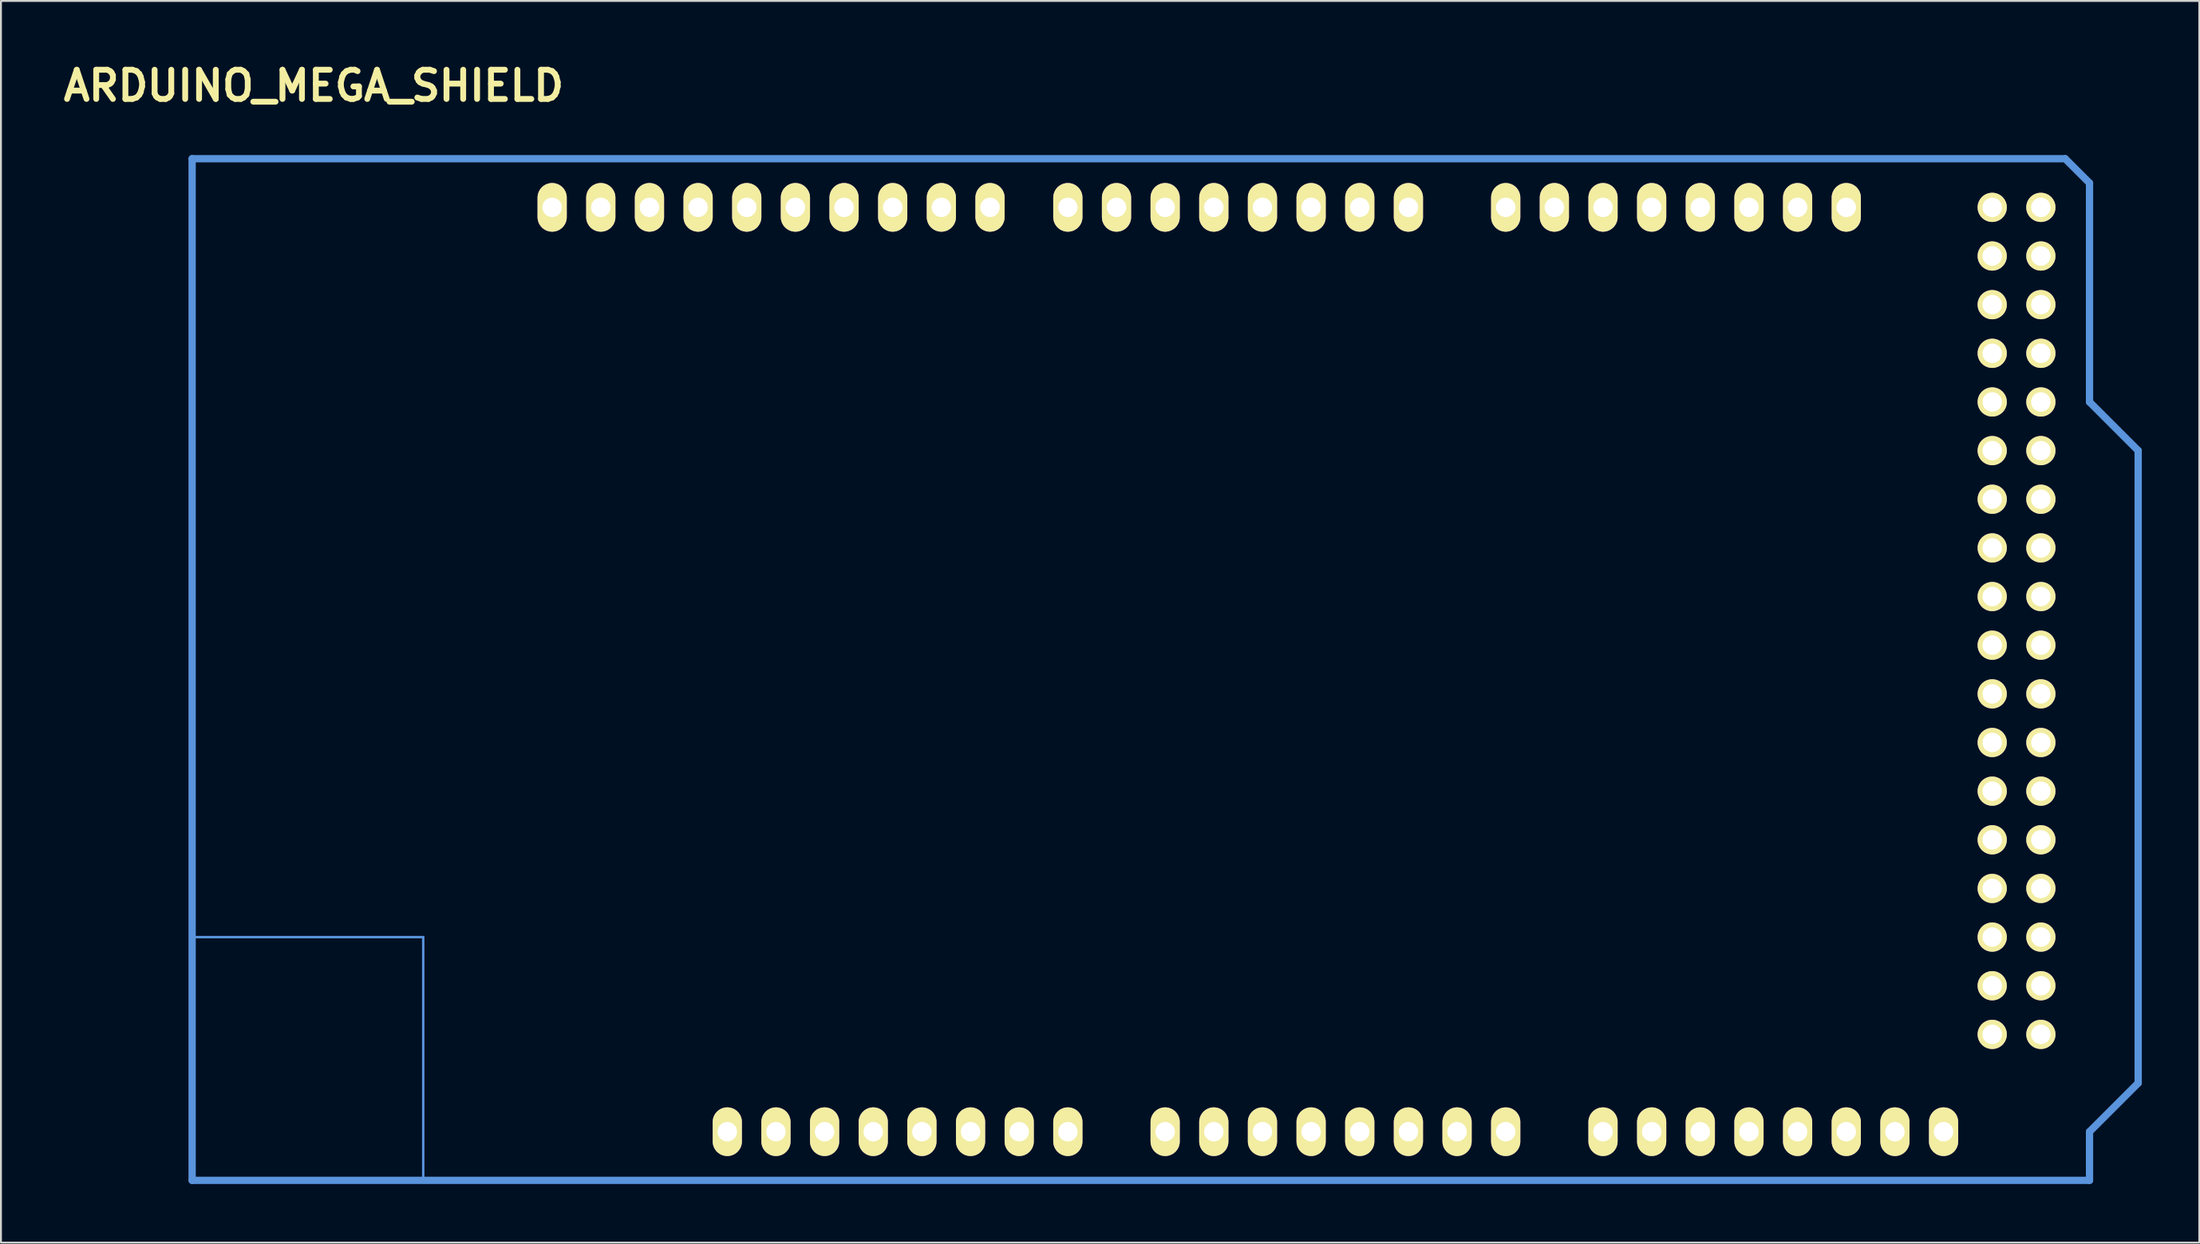
<source format=kicad_pcb>
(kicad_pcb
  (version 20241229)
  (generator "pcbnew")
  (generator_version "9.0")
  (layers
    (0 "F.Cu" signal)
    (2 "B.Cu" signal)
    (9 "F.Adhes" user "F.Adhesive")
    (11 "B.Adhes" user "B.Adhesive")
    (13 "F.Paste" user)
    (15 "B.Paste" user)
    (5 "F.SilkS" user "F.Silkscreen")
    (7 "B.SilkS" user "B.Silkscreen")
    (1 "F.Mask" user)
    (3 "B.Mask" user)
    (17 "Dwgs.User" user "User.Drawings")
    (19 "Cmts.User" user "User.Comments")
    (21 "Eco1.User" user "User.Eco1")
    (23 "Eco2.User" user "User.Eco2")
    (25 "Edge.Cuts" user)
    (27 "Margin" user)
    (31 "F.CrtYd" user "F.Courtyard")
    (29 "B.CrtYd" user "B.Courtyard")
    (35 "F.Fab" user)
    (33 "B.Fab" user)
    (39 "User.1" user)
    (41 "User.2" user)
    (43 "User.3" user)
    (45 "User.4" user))
  (footprint "ARDUINO_MEGA_SHIELD"
    (layer "F.Cu")
    (at 6.981 58.576)
    (property "Reference" "ARDUINO_MEGA_SHIELD" (at 6.35 -57.15 0) (layer "F.SilkS") (effects (font (size 1.524 1.524) (thickness 0.305))))
    (attr through_hole)
    (fp_line (start 0 -12.7) (end 12.065 -12.7) (stroke (width 0.127) (type solid)) (layer "Cmts.User"))
    (fp_line (start 0 0) (end 0 -53.34) (stroke (width 0.381) (type solid)) (layer "Cmts.User"))
    (fp_line (start 12.065 -12.7) (end 12.065 0) (stroke (width 0.127) (type solid)) (layer "Cmts.User"))
    (fp_line (start 97.79 -53.34) (end 0 -53.34) (stroke (width 0.381) (type solid)) (layer "Cmts.User"))
    (fp_line (start 99.06 -52.07) (end 97.79 -53.34) (stroke (width 0.381) (type solid)) (layer "Cmts.User"))
    (fp_line (start 99.06 -40.64) (end 99.06 -52.07) (stroke (width 0.381) (type solid)) (layer "Cmts.User"))
    (fp_line (start 99.06 -40.64) (end 101.6 -38.1) (stroke (width 0.381) (type solid)) (layer "Cmts.User"))
    (fp_line (start 99.06 -2.54) (end 99.06 0) (stroke (width 0.381) (type solid)) (layer "Cmts.User"))
    (fp_line (start 99.06 0) (end 0 0) (stroke (width 0.381) (type solid)) (layer "Cmts.User"))
    (fp_line (start 101.6 -38.1) (end 101.6 -5.08) (stroke (width 0.381) (type solid)) (layer "Cmts.User"))
    (fp_line (start 101.6 -5.08) (end 99.06 -2.54) (stroke (width 0.381) (type solid)) (layer "Cmts.User"))
    (pad "0" thru_hole oval (at 63.5 -50.8 90) (size 2.54 1.524) (drill 1.016) (layers "*.Cu" "*.Mask" "F.SilkS"))
    (pad "1" thru_hole oval (at 60.96 -50.8 90) (size 2.54 1.524) (drill 1.016) (layers "*.Cu" "*.Mask" "F.SilkS"))
    (pad "2" thru_hole oval (at 58.42 -50.8 90) (size 2.54 1.524) (drill 1.016) (layers "*.Cu" "*.Mask" "F.SilkS"))
    (pad "3" thru_hole oval (at 55.88 -50.8 90) (size 2.54 1.524) (drill 1.016) (layers "*.Cu" "*.Mask" "F.SilkS"))
    (pad "3V3" thru_hole oval (at 35.56 -2.54 90) (size 2.54 1.524) (drill 1.016) (layers "*.Cu" "*.Mask" "F.SilkS"))
    (pad "4" thru_hole oval (at 53.34 -50.8 90) (size 2.54 1.524) (drill 1.016) (layers "*.Cu" "*.Mask" "F.SilkS"))
    (pad "5" thru_hole oval (at 50.8 -50.8 90) (size 2.54 1.524) (drill 1.016) (layers "*.Cu" "*.Mask" "F.SilkS"))
    (pad "5V" thru_hole oval (at 38.1 -2.54 90) (size 2.54 1.524) (drill 1.016) (layers "*.Cu" "*.Mask" "F.SilkS"))
    (pad "5V_4" thru_hole circle (at 93.98 -50.8) (size 1.524 1.524) (drill 1.016) (layers "*.Cu" "*.Mask" "F.SilkS"))
    (pad "5V_5" thru_hole circle (at 96.52 -50.8) (size 1.524 1.524) (drill 1.016) (layers "*.Cu" "*.Mask" "F.SilkS"))
    (pad "6" thru_hole oval (at 48.26 -50.8 90) (size 2.54 1.524) (drill 1.016) (layers "*.Cu" "*.Mask" "F.SilkS"))
    (pad "7" thru_hole oval (at 45.72 -50.8 90) (size 2.54 1.524) (drill 1.016) (layers "*.Cu" "*.Mask" "F.SilkS"))
    (pad "8" thru_hole oval (at 41.656 -50.8 90) (size 2.54 1.524) (drill 1.016) (layers "*.Cu" "*.Mask" "F.SilkS"))
    (pad "9" thru_hole oval (at 39.116 -50.8 90) (size 2.54 1.524) (drill 1.016) (layers "*.Cu" "*.Mask" "F.SilkS"))
    (pad "10" thru_hole oval (at 36.576 -50.8 90) (size 2.54 1.524) (drill 1.016) (layers "*.Cu" "*.Mask" "F.SilkS"))
    (pad "11" thru_hole oval (at 34.036 -50.8 90) (size 2.54 1.524) (drill 1.016) (layers "*.Cu" "*.Mask" "F.SilkS"))
    (pad "12" thru_hole oval (at 31.496 -50.8 90) (size 2.54 1.524) (drill 1.016) (layers "*.Cu" "*.Mask" "F.SilkS"))
    (pad "13" thru_hole oval (at 28.956 -50.8 90) (size 2.54 1.524) (drill 1.016) (layers "*.Cu" "*.Mask" "F.SilkS"))
    (pad "14" thru_hole oval (at 68.58 -50.8 90) (size 2.54 1.524) (drill 1.016) (layers "*.Cu" "*.Mask" "F.SilkS"))
    (pad "15" thru_hole oval (at 71.12 -50.8 90) (size 2.54 1.524) (drill 1.016) (layers "*.Cu" "*.Mask" "F.SilkS"))
    (pad "16" thru_hole oval (at 73.66 -50.8 90) (size 2.54 1.524) (drill 1.016) (layers "*.Cu" "*.Mask" "F.SilkS"))
    (pad "17" thru_hole oval (at 76.2 -50.8 90) (size 2.54 1.524) (drill 1.016) (layers "*.Cu" "*.Mask" "F.SilkS"))
    (pad "18" thru_hole oval (at 78.74 -50.8 90) (size 2.54 1.524) (drill 1.016) (layers "*.Cu" "*.Mask" "F.SilkS"))
    (pad "19" thru_hole oval (at 81.28 -50.8 90) (size 2.54 1.524) (drill 1.016) (layers "*.Cu" "*.Mask" "F.SilkS"))
    (pad "20" thru_hole oval (at 83.82 -50.8 90) (size 2.54 1.524) (drill 1.016) (layers "*.Cu" "*.Mask" "F.SilkS"))
    (pad "21" thru_hole oval (at 86.36 -50.8 90) (size 2.54 1.524) (drill 1.016) (layers "*.Cu" "*.Mask" "F.SilkS"))
    (pad "22" thru_hole circle (at 93.98 -48.26) (size 1.524 1.524) (drill 1.016) (layers "*.Cu" "*.Mask" "F.SilkS"))
    (pad "23" thru_hole circle (at 96.52 -48.26) (size 1.524 1.524) (drill 1.016) (layers "*.Cu" "*.Mask" "F.SilkS"))
    (pad "24" thru_hole circle (at 93.98 -45.72) (size 1.524 1.524) (drill 1.016) (layers "*.Cu" "*.Mask" "F.SilkS"))
    (pad "25" thru_hole circle (at 96.52 -45.72) (size 1.524 1.524) (drill 1.016) (layers "*.Cu" "*.Mask" "F.SilkS"))
    (pad "26" thru_hole circle (at 93.98 -43.18) (size 1.524 1.524) (drill 1.016) (layers "*.Cu" "*.Mask" "F.SilkS"))
    (pad "27" thru_hole circle (at 96.52 -43.18) (size 1.524 1.524) (drill 1.016) (layers "*.Cu" "*.Mask" "F.SilkS"))
    (pad "28" thru_hole circle (at 93.98 -40.64) (size 1.524 1.524) (drill 1.016) (layers "*.Cu" "*.Mask" "F.SilkS"))
    (pad "29" thru_hole circle (at 96.52 -40.64) (size 1.524 1.524) (drill 1.016) (layers "*.Cu" "*.Mask" "F.SilkS"))
    (pad "30" thru_hole circle (at 93.98 -38.1) (size 1.524 1.524) (drill 1.016) (layers "*.Cu" "*.Mask" "F.SilkS"))
    (pad "31" thru_hole circle (at 96.52 -38.1) (size 1.524 1.524) (drill 1.016) (layers "*.Cu" "*.Mask" "F.SilkS"))
    (pad "32" thru_hole circle (at 93.98 -35.56) (size 1.524 1.524) (drill 1.016) (layers "*.Cu" "*.Mask" "F.SilkS"))
    (pad "33" thru_hole circle (at 96.52 -35.56) (size 1.524 1.524) (drill 1.016) (layers "*.Cu" "*.Mask" "F.SilkS"))
    (pad "34" thru_hole circle (at 93.98 -33.02) (size 1.524 1.524) (drill 1.016) (layers "*.Cu" "*.Mask" "F.SilkS"))
    (pad "35" thru_hole circle (at 96.52 -33.02) (size 1.524 1.524) (drill 1.016) (layers "*.Cu" "*.Mask" "F.SilkS"))
    (pad "36" thru_hole circle (at 93.98 -30.48) (size 1.524 1.524) (drill 1.016) (layers "*.Cu" "*.Mask" "F.SilkS"))
    (pad "37" thru_hole circle (at 96.52 -30.48) (size 1.524 1.524) (drill 1.016) (layers "*.Cu" "*.Mask" "F.SilkS"))
    (pad "38" thru_hole circle (at 93.98 -27.94) (size 1.524 1.524) (drill 1.016) (layers "*.Cu" "*.Mask" "F.SilkS"))
    (pad "39" thru_hole circle (at 96.52 -27.94) (size 1.524 1.524) (drill 1.016) (layers "*.Cu" "*.Mask" "F.SilkS"))
    (pad "40" thru_hole circle (at 93.98 -25.4) (size 1.524 1.524) (drill 1.016) (layers "*.Cu" "*.Mask" "F.SilkS"))
    (pad "41" thru_hole circle (at 96.52 -25.4) (size 1.524 1.524) (drill 1.016) (layers "*.Cu" "*.Mask" "F.SilkS"))
    (pad "42" thru_hole circle (at 93.98 -22.86) (size 1.524 1.524) (drill 1.016) (layers "*.Cu" "*.Mask" "F.SilkS"))
    (pad "43" thru_hole circle (at 96.52 -22.86) (size 1.524 1.524) (drill 1.016) (layers "*.Cu" "*.Mask" "F.SilkS"))
    (pad "44" thru_hole circle (at 93.98 -20.32) (size 1.524 1.524) (drill 1.016) (layers "*.Cu" "*.Mask" "F.SilkS"))
    (pad "45" thru_hole circle (at 96.52 -20.32) (size 1.524 1.524) (drill 1.016) (layers "*.Cu" "*.Mask" "F.SilkS"))
    (pad "46" thru_hole circle (at 93.98 -17.78) (size 1.524 1.524) (drill 1.016) (layers "*.Cu" "*.Mask" "F.SilkS"))
    (pad "47" thru_hole circle (at 96.52 -17.78) (size 1.524 1.524) (drill 1.016) (layers "*.Cu" "*.Mask" "F.SilkS"))
    (pad "48" thru_hole circle (at 93.98 -15.24) (size 1.524 1.524) (drill 1.016) (layers "*.Cu" "*.Mask" "F.SilkS"))
    (pad "49" thru_hole circle (at 96.52 -15.24) (size 1.524 1.524) (drill 1.016) (layers "*.Cu" "*.Mask" "F.SilkS"))
    (pad "50" thru_hole circle (at 93.98 -12.7) (size 1.524 1.524) (drill 1.016) (layers "*.Cu" "*.Mask" "F.SilkS"))
    (pad "51" thru_hole circle (at 96.52 -12.7) (size 1.524 1.524) (drill 1.016) (layers "*.Cu" "*.Mask" "F.SilkS"))
    (pad "52" thru_hole circle (at 93.98 -10.16) (size 1.524 1.524) (drill 1.016) (layers "*.Cu" "*.Mask" "F.SilkS"))
    (pad "53" thru_hole circle (at 96.52 -10.16) (size 1.524 1.524) (drill 1.016) (layers "*.Cu" "*.Mask" "F.SilkS"))
    (pad "AD0" thru_hole oval (at 50.8 -2.54 90) (size 2.54 1.524) (drill 1.016) (layers "*.Cu" "*.Mask" "F.SilkS"))
    (pad "AD1" thru_hole oval (at 53.34 -2.54 90) (size 2.54 1.524) (drill 1.016) (layers "*.Cu" "*.Mask" "F.SilkS"))
    (pad "AD2" thru_hole oval (at 55.88 -2.54 90) (size 2.54 1.524) (drill 1.016) (layers "*.Cu" "*.Mask" "F.SilkS"))
    (pad "AD3" thru_hole oval (at 58.42 -2.54 90) (size 2.54 1.524) (drill 1.016) (layers "*.Cu" "*.Mask" "F.SilkS"))
    (pad "AD4" thru_hole oval (at 60.96 -2.54 90) (size 2.54 1.524) (drill 1.016) (layers "*.Cu" "*.Mask" "F.SilkS"))
    (pad "AD5" thru_hole oval (at 63.5 -2.54 90) (size 2.54 1.524) (drill 1.016) (layers "*.Cu" "*.Mask" "F.SilkS"))
    (pad "AD6" thru_hole oval (at 66.04 -2.54 90) (size 2.54 1.524) (drill 1.016) (layers "*.Cu" "*.Mask" "F.SilkS"))
    (pad "AD7" thru_hole oval (at 68.58 -2.54 90) (size 2.54 1.524) (drill 1.016) (layers "*.Cu" "*.Mask" "F.SilkS"))
    (pad "AD8" thru_hole oval (at 73.66 -2.54 90) (size 2.54 1.524) (drill 1.016) (layers "*.Cu" "*.Mask" "F.SilkS"))
    (pad "AD9" thru_hole oval (at 76.2 -2.54 90) (size 2.54 1.524) (drill 1.016) (layers "*.Cu" "*.Mask" "F.SilkS"))
    (pad "AD10" thru_hole oval (at 78.74 -2.54 90) (size 2.54 1.524) (drill 1.016) (layers "*.Cu" "*.Mask" "F.SilkS"))
    (pad "AD11" thru_hole oval (at 81.28 -2.54 90) (size 2.54 1.524) (drill 1.016) (layers "*.Cu" "*.Mask" "F.SilkS"))
    (pad "AD12" thru_hole oval (at 83.82 -2.54 90) (size 2.54 1.524) (drill 1.016) (layers "*.Cu" "*.Mask" "F.SilkS"))
    (pad "AD13" thru_hole oval (at 86.36 -2.54 90) (size 2.54 1.524) (drill 1.016) (layers "*.Cu" "*.Mask" "F.SilkS"))
    (pad "AD14" thru_hole oval (at 88.9 -2.54 90) (size 2.54 1.524) (drill 1.016) (layers "*.Cu" "*.Mask" "F.SilkS"))
    (pad "AD15" thru_hole oval (at 91.44 -2.54 90) (size 2.54 1.524) (drill 1.016) (layers "*.Cu" "*.Mask" "F.SilkS"))
    (pad "AREF" thru_hole oval (at 23.876 -50.8 90) (size 2.54 1.524) (drill 1.016) (layers "*.Cu" "*.Mask" "F.SilkS"))
    (pad "GND1" thru_hole oval (at 40.64 -2.54 90) (size 2.54 1.524) (drill 1.016) (layers "*.Cu" "*.Mask" "F.SilkS"))
    (pad "GND2" thru_hole oval (at 43.18 -2.54 90) (size 2.54 1.524) (drill 1.016) (layers "*.Cu" "*.Mask" "F.SilkS"))
    (pad "GND3" thru_hole oval (at 26.416 -50.8 90) (size 2.54 1.524) (drill 1.016) (layers "*.Cu" "*.Mask" "F.SilkS"))
    (pad "GND4" thru_hole circle (at 93.98 -7.62) (size 1.524 1.524) (drill 1.016) (layers "*.Cu" "*.Mask" "F.SilkS"))
    (pad "GND5" thru_hole circle (at 96.52 -7.62) (size 1.524 1.524) (drill 1.016) (layers "*.Cu" "*.Mask" "F.SilkS"))
    (pad "IO_R" thru_hole oval (at 30.48 -2.54 90) (size 2.54 1.524) (drill 1.016) (layers "*.Cu" "*.Mask" "F.SilkS"))
    (pad "NC" thru_hole oval (at 27.94 -2.54 90) (size 2.54 1.524) (drill 1.016) (layers "*.Cu" "*.Mask" "F.SilkS"))
    (pad "RST" thru_hole oval (at 33.02 -2.54 90) (size 2.54 1.524) (drill 1.016) (layers "*.Cu" "*.Mask" "F.SilkS"))
    (pad "SCL" thru_hole oval (at 18.796 -50.8 90) (size 2.54 1.524) (drill 1.016) (layers "*.Cu" "*.Mask" "F.SilkS"))
    (pad "SDA" thru_hole oval (at 21.336 -50.8 90) (size 2.54 1.524) (drill 1.016) (layers "*.Cu" "*.Mask" "F.SilkS"))
    (pad "V_IN" thru_hole oval (at 45.72 -2.54 90) (size 2.54 1.524) (drill 1.016) (layers "*.Cu" "*.Mask" "F.SilkS")))
  (gr_rect
    (start -3 -3)
    (end 111.772 61.826)
    (stroke (width 0.1) (type default))
    (fill no)
    (layer "Edge.Cuts")))
</source>
